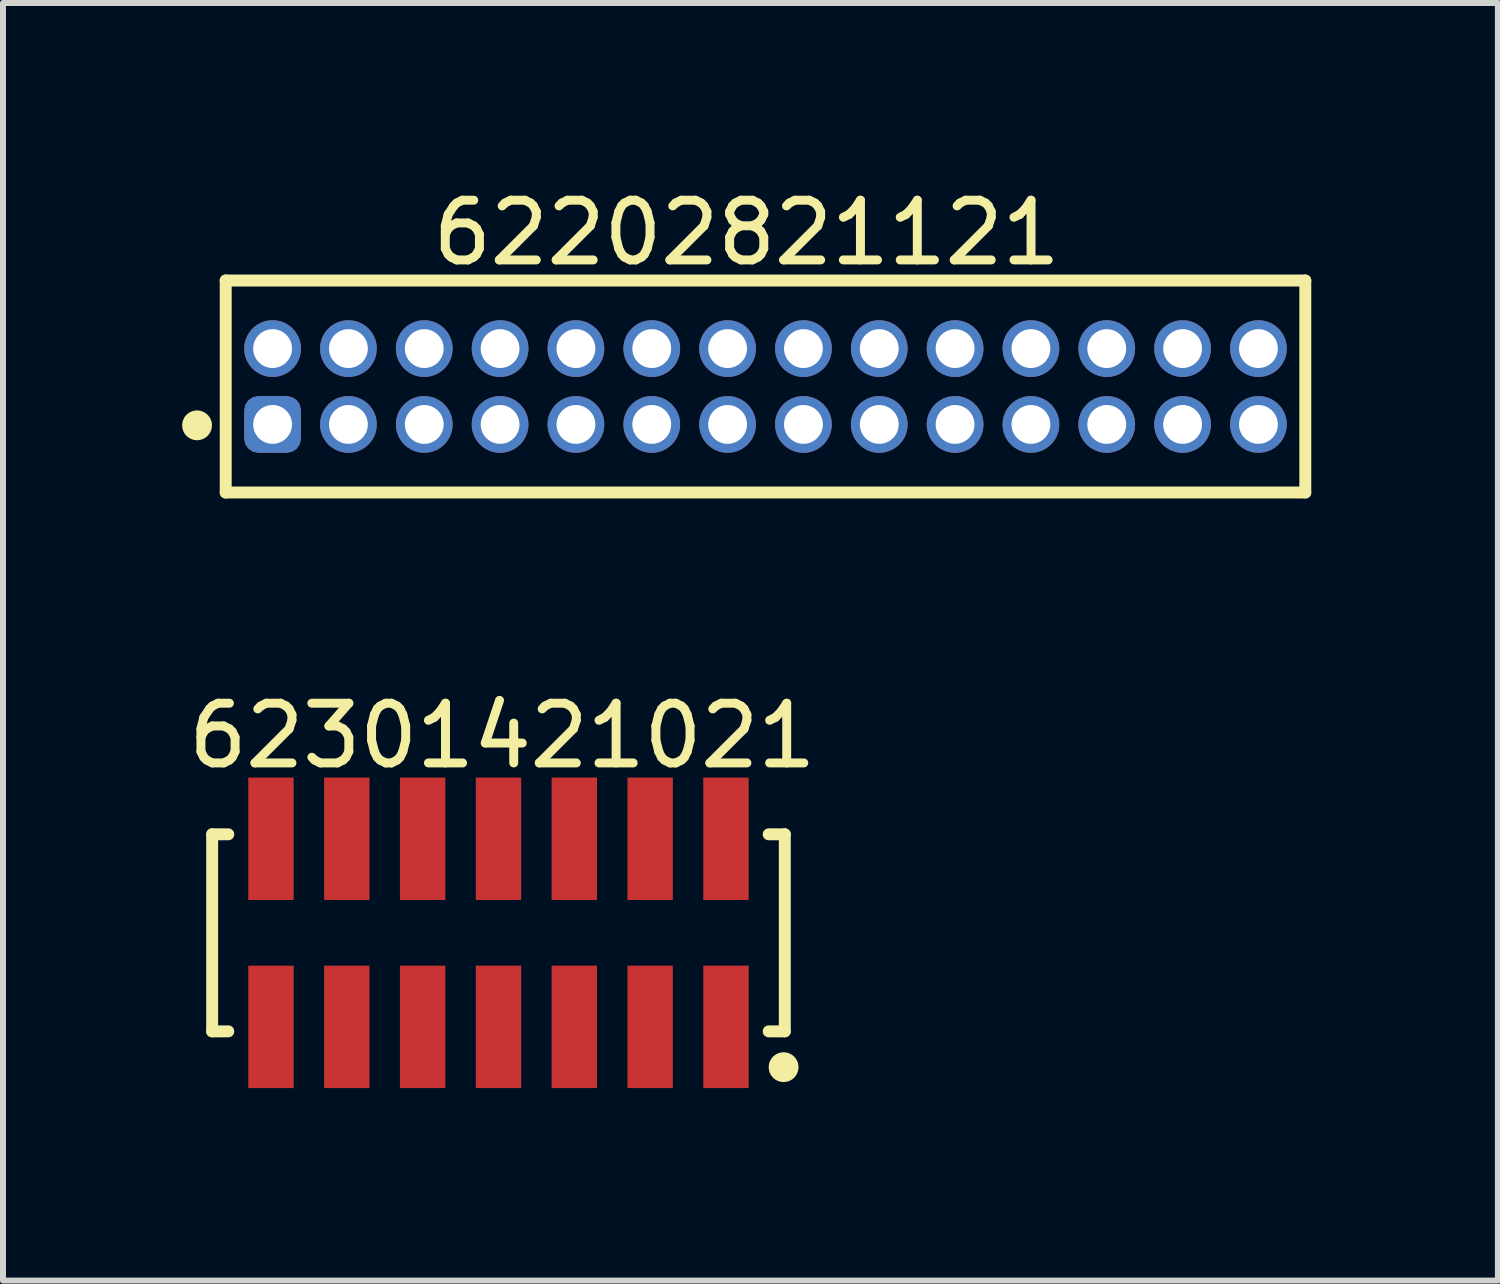
<source format=kicad_pcb>
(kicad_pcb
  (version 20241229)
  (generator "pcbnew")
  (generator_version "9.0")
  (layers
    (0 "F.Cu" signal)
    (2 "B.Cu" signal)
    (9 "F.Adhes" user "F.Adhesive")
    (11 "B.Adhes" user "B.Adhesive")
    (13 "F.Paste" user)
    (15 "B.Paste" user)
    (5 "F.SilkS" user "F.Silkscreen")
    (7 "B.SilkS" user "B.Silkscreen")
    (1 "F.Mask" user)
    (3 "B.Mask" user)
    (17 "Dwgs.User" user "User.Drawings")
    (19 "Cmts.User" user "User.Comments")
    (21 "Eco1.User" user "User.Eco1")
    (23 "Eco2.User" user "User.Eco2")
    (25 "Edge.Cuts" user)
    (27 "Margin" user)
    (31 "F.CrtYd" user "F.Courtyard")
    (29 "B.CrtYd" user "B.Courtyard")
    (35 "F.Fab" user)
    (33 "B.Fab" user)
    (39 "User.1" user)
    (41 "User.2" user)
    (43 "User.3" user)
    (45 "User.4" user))
  (footprint "62301421021"
    (layer "F.Cu")
    (at 5.298 12.572)
    (property "Reference" "62301421021" (at 0.065 -3.3 0) (layer "F.SilkS") (effects (font (size 1 1) (thickness 0.15))))
    (fp_line (start -4.795 -1.65) (end -4.525 -1.65) (stroke (width 0.2) (type solid)) (layer "F.SilkS"))
    (fp_line (start -4.795 1.65) (end -4.795 -1.65) (stroke (width 0.2) (type solid)) (layer "F.SilkS"))
    (fp_line (start -4.795 1.65) (end -4.525 1.65) (stroke (width 0.2) (type solid)) (layer "F.SilkS"))
    (fp_line (start 4.525 -1.65) (end 4.795 -1.65) (stroke (width 0.2) (type solid)) (layer "F.SilkS"))
    (fp_line (start 4.525 1.65) (end 4.795 1.65) (stroke (width 0.2) (type solid)) (layer "F.SilkS"))
    (fp_line (start 4.795 1.65) (end 4.795 -1.65) (stroke (width 0.2) (type solid)) (layer "F.SilkS"))
    (fp_circle (center 4.775 2.25) (end 4.775 2.125) (stroke (width 0.25) (type solid)) (fill no) (layer "F.SilkS"))
    (fp_line (start -4.995 -2.8) (end 4.995 -2.8) (stroke (width 0.05) (type solid)) (layer "Eco2.User"))
    (fp_line (start -4.995 2.8) (end -4.995 -2.8) (stroke (width 0.05) (type solid)) (layer "Eco2.User"))
    (fp_line (start -4.995 2.8) (end 4.995 2.8) (stroke (width 0.05) (type solid)) (layer "Eco2.User"))
    (fp_line (start -4.645 -1.55) (end 4.645 -1.55) (stroke (width 0.1) (type solid)) (layer "Eco2.User"))
    (fp_line (start -4.645 1.55) (end -4.645 -1.55) (stroke (width 0.1) (type solid)) (layer "Eco2.User"))
    (fp_line (start -4.645 1.55) (end 4.645 1.55) (stroke (width 0.1) (type solid)) (layer "Eco2.User"))
    (fp_line (start -4.06 -2.3) (end -3.56 -2.3) (stroke (width 0.1) (type solid)) (layer "Eco2.User"))
    (fp_line (start -4.06 -1.55) (end -4.06 -2.3) (stroke (width 0.1) (type solid)) (layer "Eco2.User"))
    (fp_line (start -4.06 2.3) (end -4.06 1.55) (stroke (width 0.1) (type solid)) (layer "Eco2.User"))
    (fp_line (start -4.06 2.3) (end -3.56 2.3) (stroke (width 0.1) (type solid)) (layer "Eco2.User"))
    (fp_line (start -3.56 -1.55) (end -3.56 -2.3) (stroke (width 0.1) (type solid)) (layer "Eco2.User"))
    (fp_line (start -3.56 2.3) (end -3.56 1.55) (stroke (width 0.1) (type solid)) (layer "Eco2.User"))
    (fp_line (start -2.79 -2.3) (end -2.29 -2.3) (stroke (width 0.1) (type solid)) (layer "Eco2.User"))
    (fp_line (start -2.79 -1.55) (end -2.79 -2.3) (stroke (width 0.1) (type solid)) (layer "Eco2.User"))
    (fp_line (start -2.79 2.3) (end -2.79 1.55) (stroke (width 0.1) (type solid)) (layer "Eco2.User"))
    (fp_line (start -2.79 2.3) (end -2.29 2.3) (stroke (width 0.1) (type solid)) (layer "Eco2.User"))
    (fp_line (start -2.29 -1.55) (end -2.29 -2.3) (stroke (width 0.1) (type solid)) (layer "Eco2.User"))
    (fp_line (start -2.29 2.3) (end -2.29 1.55) (stroke (width 0.1) (type solid)) (layer "Eco2.User"))
    (fp_line (start -1.52 -2.3) (end -1.02 -2.3) (stroke (width 0.1) (type solid)) (layer "Eco2.User"))
    (fp_line (start -1.52 -1.55) (end -1.52 -2.3) (stroke (width 0.1) (type solid)) (layer "Eco2.User"))
    (fp_line (start -1.52 2.3) (end -1.52 1.55) (stroke (width 0.1) (type solid)) (layer "Eco2.User"))
    (fp_line (start -1.52 2.3) (end -1.02 2.3) (stroke (width 0.1) (type solid)) (layer "Eco2.User"))
    (fp_line (start -1.02 -1.55) (end -1.02 -2.3) (stroke (width 0.1) (type solid)) (layer "Eco2.User"))
    (fp_line (start -1.02 2.3) (end -1.02 1.55) (stroke (width 0.1) (type solid)) (layer "Eco2.User"))
    (fp_line (start -0.5 0) (end 0.5 0) (stroke (width 0.05) (type solid)) (layer "Eco2.User"))
    (fp_line (start -0.25 -2.3) (end 0.25 -2.3) (stroke (width 0.1) (type solid)) (layer "Eco2.User"))
    (fp_line (start -0.25 -1.55) (end -0.25 -2.3) (stroke (width 0.1) (type solid)) (layer "Eco2.User"))
    (fp_line (start -0.25 2.3) (end -0.25 1.55) (stroke (width 0.1) (type solid)) (layer "Eco2.User"))
    (fp_line (start -0.25 2.3) (end 0.25 2.3) (stroke (width 0.1) (type solid)) (layer "Eco2.User"))
    (fp_line (start 0 0.5) (end 0 -0.5) (stroke (width 0.05) (type solid)) (layer "Eco2.User"))
    (fp_line (start 0.25 -1.55) (end 0.25 -2.3) (stroke (width 0.1) (type solid)) (layer "Eco2.User"))
    (fp_line (start 0.25 2.3) (end 0.25 1.55) (stroke (width 0.1) (type solid)) (layer "Eco2.User"))
    (fp_line (start 1.02 -2.3) (end 1.52 -2.3) (stroke (width 0.1) (type solid)) (layer "Eco2.User"))
    (fp_line (start 1.02 -1.55) (end 1.02 -2.3) (stroke (width 0.1) (type solid)) (layer "Eco2.User"))
    (fp_line (start 1.02 2.3) (end 1.02 1.55) (stroke (width 0.1) (type solid)) (layer "Eco2.User"))
    (fp_line (start 1.02 2.3) (end 1.52 2.3) (stroke (width 0.1) (type solid)) (layer "Eco2.User"))
    (fp_line (start 1.52 -1.55) (end 1.52 -2.3) (stroke (width 0.1) (type solid)) (layer "Eco2.User"))
    (fp_line (start 1.52 2.3) (end 1.52 1.55) (stroke (width 0.1) (type solid)) (layer "Eco2.User"))
    (fp_line (start 2.29 -2.3) (end 2.79 -2.3) (stroke (width 0.1) (type solid)) (layer "Eco2.User"))
    (fp_line (start 2.29 -1.55) (end 2.29 -2.3) (stroke (width 0.1) (type solid)) (layer "Eco2.User"))
    (fp_line (start 2.29 2.3) (end 2.29 1.55) (stroke (width 0.1) (type solid)) (layer "Eco2.User"))
    (fp_line (start 2.29 2.3) (end 2.79 2.3) (stroke (width 0.1) (type solid)) (layer "Eco2.User"))
    (fp_line (start 2.79 -1.55) (end 2.79 -2.3) (stroke (width 0.1) (type solid)) (layer "Eco2.User"))
    (fp_line (start 2.79 2.3) (end 2.79 1.55) (stroke (width 0.1) (type solid)) (layer "Eco2.User"))
    (fp_line (start 3.56 -2.3) (end 4.06 -2.3) (stroke (width 0.1) (type solid)) (layer "Eco2.User"))
    (fp_line (start 3.56 -1.55) (end 3.56 -2.3) (stroke (width 0.1) (type solid)) (layer "Eco2.User"))
    (fp_line (start 3.56 2.3) (end 3.56 1.55) (stroke (width 0.1) (type solid)) (layer "Eco2.User"))
    (fp_line (start 3.56 2.3) (end 4.06 2.3) (stroke (width 0.1) (type solid)) (layer "Eco2.User"))
    (fp_line (start 4.06 -1.55) (end 4.06 -2.3) (stroke (width 0.1) (type solid)) (layer "Eco2.User"))
    (fp_line (start 4.06 2.3) (end 4.06 1.55) (stroke (width 0.1) (type solid)) (layer "Eco2.User"))
    (fp_line (start 4.645 1.55) (end 4.645 -1.55) (stroke (width 0.1) (type solid)) (layer "Eco2.User"))
    (fp_line (start 4.995 2.8) (end 4.995 -2.8) (stroke (width 0.05) (type solid)) (layer "Eco2.User"))
    (fp_text user "${REFERENCE}" (at 0.1 -0.131 0) (unlocked yes) (layer "User.3") (effects (font (size 1 1) (thickness 0.1))))
    (pad "1" smd rect (at 3.81 1.575 180) (size 0.76 2.05) (layers "F.Cu" "F.Mask" "F.Paste"))
    (pad "2" smd rect (at 3.81 -1.575 180) (size 0.76 2.05) (layers "F.Cu" "F.Mask" "F.Paste"))
    (pad "3" smd rect (at 2.54 1.575 180) (size 0.76 2.05) (layers "F.Cu" "F.Mask" "F.Paste"))
    (pad "4" smd rect (at 2.54 -1.575 180) (size 0.76 2.05) (layers "F.Cu" "F.Mask" "F.Paste"))
    (pad "5" smd rect (at 1.27 1.575 180) (size 0.76 2.05) (layers "F.Cu" "F.Mask" "F.Paste"))
    (pad "6" smd rect (at 1.27 -1.575 180) (size 0.76 2.05) (layers "F.Cu" "F.Mask" "F.Paste"))
    (pad "7" smd rect (at 0 1.575 180) (size 0.76 2.05) (layers "F.Cu" "F.Mask" "F.Paste"))
    (pad "8" smd rect (at 0 -1.575 180) (size 0.76 2.05) (layers "F.Cu" "F.Mask" "F.Paste"))
    (pad "9" smd rect (at -1.27 1.575 180) (size 0.76 2.05) (layers "F.Cu" "F.Mask" "F.Paste"))
    (pad "10" smd rect (at -1.27 -1.575 180) (size 0.76 2.05) (layers "F.Cu" "F.Mask" "F.Paste"))
    (pad "11" smd rect (at -2.54 1.575 180) (size 0.76 2.05) (layers "F.Cu" "F.Mask" "F.Paste"))
    (pad "12" smd rect (at -2.54 -1.575 180) (size 0.76 2.05) (layers "F.Cu" "F.Mask" "F.Paste"))
    (pad "13" smd rect (at -3.81 1.575 180) (size 0.76 2.05) (layers "F.Cu" "F.Mask" "F.Paste"))
    (pad "14" smd rect (at -3.81 -1.575 180) (size 0.76 2.05) (layers "F.Cu" "F.Mask" "F.Paste")))
  (footprint "62202821121"
    (layer "F.Cu")
    (at 9.77 3.423)
    (property "Reference" "62202821121" (at -0.315 -2.575 0) (layer "F.SilkS") (effects (font (size 1 1) (thickness 0.15))))
    (fp_line (start -9.04 -1.775) (end 9.04 -1.775) (stroke (width 0.2) (type solid)) (layer "F.SilkS"))
    (fp_line (start -9.04 1.775) (end -9.04 -1.775) (stroke (width 0.2) (type solid)) (layer "F.SilkS"))
    (fp_line (start -9.04 1.775) (end 9.04 1.775) (stroke (width 0.2) (type solid)) (layer "F.SilkS"))
    (fp_line (start 9.04 1.775) (end 9.04 -1.775) (stroke (width 0.2) (type solid)) (layer "F.SilkS"))
    (fp_circle (center -9.52 0.65) (end -9.52 0.525) (stroke (width 0.25) (type solid)) (fill no) (layer "F.SilkS"))
    (fp_line (start -9.24 -1.975) (end 9.24 -1.975) (stroke (width 0.05) (type solid)) (layer "Eco2.User"))
    (fp_line (start -9.24 1.975) (end -9.24 -1.975) (stroke (width 0.05) (type solid)) (layer "Eco2.User"))
    (fp_line (start -9.24 1.975) (end 9.24 1.975) (stroke (width 0.05) (type solid)) (layer "Eco2.User"))
    (fp_line (start -8.89 -1.7) (end 8.89 -1.7) (stroke (width 0.1) (type solid)) (layer "Eco2.User"))
    (fp_line (start -8.89 1.7) (end -8.89 -1.7) (stroke (width 0.1) (type solid)) (layer "Eco2.User"))
    (fp_line (start -8.89 1.7) (end 8.89 1.7) (stroke (width 0.1) (type solid)) (layer "Eco2.User"))
    (fp_line (start -0.5 0) (end 0.5 0) (stroke (width 0.05) (type solid)) (layer "Eco2.User"))
    (fp_line (start 0 0.5) (end 0 -0.5) (stroke (width 0.05) (type solid)) (layer "Eco2.User"))
    (fp_line (start 8.89 1.7) (end 8.89 -1.7) (stroke (width 0.1) (type solid)) (layer "Eco2.User"))
    (fp_line (start 9.24 1.975) (end 9.24 -1.975) (stroke (width 0.05) (type solid)) (layer "Eco2.User"))
    (fp_text user "${REFERENCE}" (at 0.15 -0.197 0) (unlocked yes) (layer "User.3") (effects (font (size 1.5 1.5) (thickness 0.15))))
    (pad "1" thru_hole roundrect (at -8.255 0.635) (size 0.95 0.95) (drill 0.65) (layers "*.Cu" "*.Mask") (roundrect_rratio 0.25))
    (pad "2" thru_hole circle (at -8.255 -0.635) (size 0.95 0.95) (drill 0.65) (layers "*.Cu" "*.Mask"))
    (pad "3" thru_hole circle (at -6.985 0.635) (size 0.95 0.95) (drill 0.65) (layers "*.Cu" "*.Mask"))
    (pad "4" thru_hole circle (at -6.985 -0.635) (size 0.95 0.95) (drill 0.65) (layers "*.Cu" "*.Mask"))
    (pad "5" thru_hole circle (at -5.715 0.635) (size 0.95 0.95) (drill 0.65) (layers "*.Cu" "*.Mask"))
    (pad "6" thru_hole circle (at -5.715 -0.635) (size 0.95 0.95) (drill 0.65) (layers "*.Cu" "*.Mask"))
    (pad "7" thru_hole circle (at -4.445 0.635) (size 0.95 0.95) (drill 0.65) (layers "*.Cu" "*.Mask"))
    (pad "8" thru_hole circle (at -4.445 -0.635) (size 0.95 0.95) (drill 0.65) (layers "*.Cu" "*.Mask"))
    (pad "9" thru_hole circle (at -3.175 0.635) (size 0.95 0.95) (drill 0.65) (layers "*.Cu" "*.Mask"))
    (pad "10" thru_hole circle (at -3.175 -0.635) (size 0.95 0.95) (drill 0.65) (layers "*.Cu" "*.Mask"))
    (pad "11" thru_hole circle (at -1.905 0.635) (size 0.95 0.95) (drill 0.65) (layers "*.Cu" "*.Mask"))
    (pad "12" thru_hole circle (at -1.905 -0.635) (size 0.95 0.95) (drill 0.65) (layers "*.Cu" "*.Mask"))
    (pad "13" thru_hole circle (at -0.635 0.635) (size 0.95 0.95) (drill 0.65) (layers "*.Cu" "*.Mask"))
    (pad "14" thru_hole circle (at -0.635 -0.635) (size 0.95 0.95) (drill 0.65) (layers "*.Cu" "*.Mask"))
    (pad "15" thru_hole circle (at 0.635 0.635) (size 0.95 0.95) (drill 0.65) (layers "*.Cu" "*.Mask"))
    (pad "16" thru_hole circle (at 0.635 -0.635) (size 0.95 0.95) (drill 0.65) (layers "*.Cu" "*.Mask"))
    (pad "17" thru_hole circle (at 1.905 0.635) (size 0.95 0.95) (drill 0.65) (layers "*.Cu" "*.Mask"))
    (pad "18" thru_hole circle (at 1.905 -0.635) (size 0.95 0.95) (drill 0.65) (layers "*.Cu" "*.Mask"))
    (pad "19" thru_hole circle (at 3.175 0.635) (size 0.95 0.95) (drill 0.65) (layers "*.Cu" "*.Mask"))
    (pad "20" thru_hole circle (at 3.175 -0.635) (size 0.95 0.95) (drill 0.65) (layers "*.Cu" "*.Mask"))
    (pad "21" thru_hole circle (at 4.445 0.635) (size 0.95 0.95) (drill 0.65) (layers "*.Cu" "*.Mask"))
    (pad "22" thru_hole circle (at 4.445 -0.635) (size 0.95 0.95) (drill 0.65) (layers "*.Cu" "*.Mask"))
    (pad "23" thru_hole circle (at 5.715 0.635) (size 0.95 0.95) (drill 0.65) (layers "*.Cu" "*.Mask"))
    (pad "24" thru_hole circle (at 5.715 -0.635) (size 0.95 0.95) (drill 0.65) (layers "*.Cu" "*.Mask"))
    (pad "25" thru_hole circle (at 6.985 0.635) (size 0.95 0.95) (drill 0.65) (layers "*.Cu" "*.Mask"))
    (pad "26" thru_hole circle (at 6.985 -0.635) (size 0.95 0.95) (drill 0.65) (layers "*.Cu" "*.Mask"))
    (pad "27" thru_hole circle (at 8.255 0.635) (size 0.95 0.95) (drill 0.65) (layers "*.Cu" "*.Mask"))
    (pad "28" thru_hole circle (at 8.255 -0.635) (size 0.95 0.95) (drill 0.65) (layers "*.Cu" "*.Mask")))
  (gr_rect
    (start -3 -3)
    (end 22.035 18.396)
    (stroke (width 0.1) (type default))
    (fill no)
    (layer "Edge.Cuts")))
</source>
